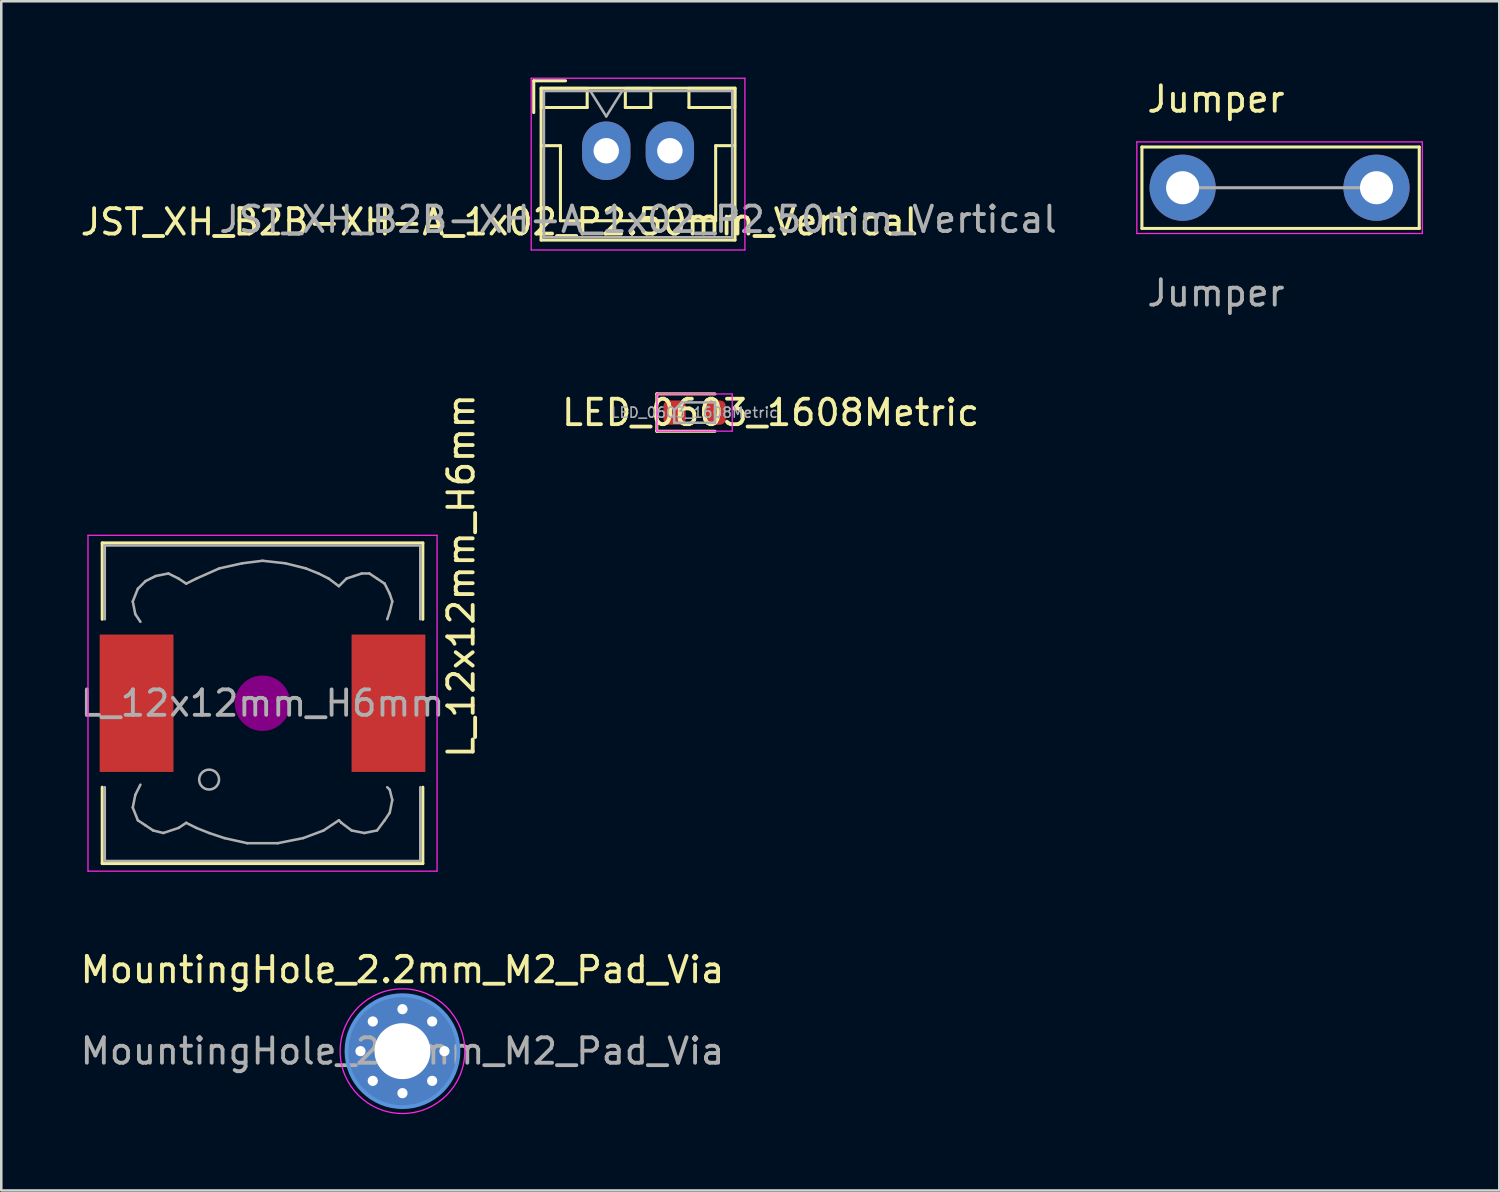
<source format=kicad_pcb>
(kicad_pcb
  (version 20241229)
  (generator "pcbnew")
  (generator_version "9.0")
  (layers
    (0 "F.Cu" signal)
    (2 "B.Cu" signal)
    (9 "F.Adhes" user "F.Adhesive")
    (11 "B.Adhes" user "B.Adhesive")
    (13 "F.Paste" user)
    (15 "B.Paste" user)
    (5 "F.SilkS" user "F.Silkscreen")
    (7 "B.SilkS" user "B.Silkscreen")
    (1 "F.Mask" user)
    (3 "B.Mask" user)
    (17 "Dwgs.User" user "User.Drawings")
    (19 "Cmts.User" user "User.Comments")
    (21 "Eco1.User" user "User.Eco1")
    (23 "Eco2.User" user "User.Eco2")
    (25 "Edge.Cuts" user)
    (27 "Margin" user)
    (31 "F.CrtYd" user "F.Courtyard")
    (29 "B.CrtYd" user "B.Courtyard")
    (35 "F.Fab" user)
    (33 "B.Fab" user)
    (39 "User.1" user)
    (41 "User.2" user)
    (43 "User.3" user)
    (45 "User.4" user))
  (footprint "L_12x12mm_H6mm"
    (layer "F.Cu")
    (at 7.268 24.589)
    (property "Reference" "L_12x12mm_H6mm" (at 7.805 -5.005 270) (layer "F.SilkS") (effects (font (size 1 1) (thickness 0.15))))
    (attr smd)
    (fp_line (start -6.3 -6.3) (end 6.3 -6.3) (stroke (width 0.12) (type solid)) (layer "F.SilkS"))
    (fp_line (start -6.3 -3.3) (end -6.3 -6.3) (stroke (width 0.12) (type solid)) (layer "F.SilkS"))
    (fp_line (start -6.3 6.3) (end -6.3 3.3) (stroke (width 0.12) (type solid)) (layer "F.SilkS"))
    (fp_line (start 6.3 -6.3) (end 6.3 -3.3) (stroke (width 0.12) (type solid)) (layer "F.SilkS"))
    (fp_line (start 6.3 3.3) (end 6.3 6.3) (stroke (width 0.12) (type solid)) (layer "F.SilkS"))
    (fp_line (start 6.3 6.3) (end -6.3 6.3) (stroke (width 0.12) (type solid)) (layer "F.SilkS"))
    (fp_circle (center 0 0) (end 0.15 0.15) (stroke (width 0.38) (type solid)) (fill no) (layer "F.Adhes"))
    (fp_circle (center 0 0) (end 0.55 0) (stroke (width 0.38) (type solid)) (fill no) (layer "F.Adhes"))
    (fp_circle (center 0 0) (end 0.9 0) (stroke (width 0.38) (type solid)) (fill no) (layer "F.Adhes"))
    (fp_line (start -6.86 -6.6) (end 6.86 -6.6) (stroke (width 0.05) (type solid)) (layer "F.CrtYd"))
    (fp_line (start -6.86 6.6) (end -6.86 -6.6) (stroke (width 0.05) (type solid)) (layer "F.CrtYd"))
    (fp_line (start 6.86 -6.6) (end 6.86 6.6) (stroke (width 0.05) (type solid)) (layer "F.CrtYd"))
    (fp_line (start 6.86 6.6) (end -6.86 6.6) (stroke (width 0.05) (type solid)) (layer "F.CrtYd"))
    (fp_line (start -6.2 -6.2) (end -6.2 -3.3) (stroke (width 0.1) (type solid)) (layer "F.Fab"))
    (fp_line (start -6.2 3.3) (end -6.2 6.2) (stroke (width 0.1) (type solid)) (layer "F.Fab"))
    (fp_line (start -6.2 6.2) (end 6.2 6.2) (stroke (width 0.1) (type solid)) (layer "F.Fab"))
    (fp_line (start -5.1 -4) (end -5 -3.5) (stroke (width 0.1) (type solid)) (layer "F.Fab"))
    (fp_line (start -5.1 4.1) (end -5 3.6) (stroke (width 0.1) (type solid)) (layer "F.Fab"))
    (fp_line (start -5 -3.5) (end -4.8 -3.2) (stroke (width 0.1) (type solid)) (layer "F.Fab"))
    (fp_line (start -5 3.6) (end -4.8 3.2) (stroke (width 0.1) (type solid)) (layer "F.Fab"))
    (fp_line (start -4.9 -4.5) (end -5.1 -4) (stroke (width 0.1) (type solid)) (layer "F.Fab"))
    (fp_line (start -4.9 4.6) (end -5.1 4.1) (stroke (width 0.1) (type solid)) (layer "F.Fab"))
    (fp_line (start -4.6 -4.8) (end -4.9 -4.5) (stroke (width 0.1) (type solid)) (layer "F.Fab"))
    (fp_line (start -4.6 4.8) (end -4.9 4.6) (stroke (width 0.1) (type solid)) (layer "F.Fab"))
    (fp_line (start -4.3 5) (end -4.6 4.8) (stroke (width 0.1) (type solid)) (layer "F.Fab"))
    (fp_line (start -4.2 -5) (end -4.6 -4.8) (stroke (width 0.1) (type solid)) (layer "F.Fab"))
    (fp_line (start -3.9 5.1) (end -4.3 5) (stroke (width 0.1) (type solid)) (layer "F.Fab"))
    (fp_line (start -3.7 -5.1) (end -4.2 -5) (stroke (width 0.1) (type solid)) (layer "F.Fab"))
    (fp_line (start -3.3 -4.9) (end -3.7 -5.1) (stroke (width 0.1) (type solid)) (layer "F.Fab"))
    (fp_line (start -3.3 4.9) (end -3.9 5.1) (stroke (width 0.1) (type solid)) (layer "F.Fab"))
    (fp_line (start -3 -4.7) (end -3.3 -4.9) (stroke (width 0.1) (type solid)) (layer "F.Fab"))
    (fp_line (start -3 4.7) (end -3.3 4.9) (stroke (width 0.1) (type solid)) (layer "F.Fab"))
    (fp_line (start -2.6 -4.9) (end -3 -4.7) (stroke (width 0.1) (type solid)) (layer "F.Fab"))
    (fp_line (start -2.6 4.9) (end -3 4.7) (stroke (width 0.1) (type solid)) (layer "F.Fab"))
    (fp_line (start -2.1 5.1) (end -2.6 4.9) (stroke (width 0.1) (type solid)) (layer "F.Fab"))
    (fp_line (start -1.7 -5.3) (end -2.6 -4.9) (stroke (width 0.1) (type solid)) (layer "F.Fab"))
    (fp_line (start -1.5 5.3) (end -2.1 5.1) (stroke (width 0.1) (type solid)) (layer "F.Fab"))
    (fp_line (start -0.8 -5.5) (end -1.7 -5.3) (stroke (width 0.1) (type solid)) (layer "F.Fab"))
    (fp_line (start -0.6 5.5) (end -1.5 5.3) (stroke (width 0.1) (type solid)) (layer "F.Fab"))
    (fp_line (start 0 -5.6) (end -0.8 -5.5) (stroke (width 0.1) (type solid)) (layer "F.Fab"))
    (fp_line (start 0.6 5.5) (end -0.6 5.5) (stroke (width 0.1) (type solid)) (layer "F.Fab"))
    (fp_line (start 0.9 -5.5) (end 0 -5.6) (stroke (width 0.1) (type solid)) (layer "F.Fab"))
    (fp_line (start 1.6 5.3) (end 0.6 5.5) (stroke (width 0.1) (type solid)) (layer "F.Fab"))
    (fp_line (start 1.7 -5.3) (end 0.9 -5.5) (stroke (width 0.1) (type solid)) (layer "F.Fab"))
    (fp_line (start 2.2 -5.1) (end 1.7 -5.3) (stroke (width 0.1) (type solid)) (layer "F.Fab"))
    (fp_line (start 2.4 5) (end 1.6 5.3) (stroke (width 0.1) (type solid)) (layer "F.Fab"))
    (fp_line (start 2.6 -4.9) (end 2.2 -5.1) (stroke (width 0.1) (type solid)) (layer "F.Fab"))
    (fp_line (start 3 -4.6) (end 2.6 -4.9) (stroke (width 0.1) (type solid)) (layer "F.Fab"))
    (fp_line (start 3 4.6) (end 2.4 5) (stroke (width 0.1) (type solid)) (layer "F.Fab"))
    (fp_line (start 3.1 4.7) (end 3 4.6) (stroke (width 0.1) (type solid)) (layer "F.Fab"))
    (fp_line (start 3.3 -4.9) (end 3 -4.6) (stroke (width 0.1) (type solid)) (layer "F.Fab"))
    (fp_line (start 3.5 5) (end 3.1 4.7) (stroke (width 0.1) (type solid)) (layer "F.Fab"))
    (fp_line (start 3.6 -5) (end 3.3 -4.9) (stroke (width 0.1) (type solid)) (layer "F.Fab"))
    (fp_line (start 3.9 -5.1) (end 3.6 -5) (stroke (width 0.1) (type solid)) (layer "F.Fab"))
    (fp_line (start 4 5.1) (end 3.5 5) (stroke (width 0.1) (type solid)) (layer "F.Fab"))
    (fp_line (start 4.2 -5.1) (end 3.9 -5.1) (stroke (width 0.1) (type solid)) (layer "F.Fab"))
    (fp_line (start 4.5 -4.9) (end 4.2 -5.1) (stroke (width 0.1) (type solid)) (layer "F.Fab"))
    (fp_line (start 4.5 5) (end 4 5.1) (stroke (width 0.1) (type solid)) (layer "F.Fab"))
    (fp_line (start 4.8 -4.7) (end 4.5 -4.9) (stroke (width 0.1) (type solid)) (layer "F.Fab"))
    (fp_line (start 4.8 4.6) (end 4.5 5) (stroke (width 0.1) (type solid)) (layer "F.Fab"))
    (fp_line (start 4.9 -3.3) (end 5 -3.6) (stroke (width 0.1) (type solid)) (layer "F.Fab"))
    (fp_line (start 4.9 3.3) (end 5 3.4) (stroke (width 0.1) (type solid)) (layer "F.Fab"))
    (fp_line (start 5 -4.3) (end 4.8 -4.7) (stroke (width 0.1) (type solid)) (layer "F.Fab"))
    (fp_line (start 5 -3.6) (end 5.1 -4) (stroke (width 0.1) (type solid)) (layer "F.Fab"))
    (fp_line (start 5 3.4) (end 5.1 3.8) (stroke (width 0.1) (type solid)) (layer "F.Fab"))
    (fp_line (start 5 4.3) (end 4.8 4.6) (stroke (width 0.1) (type solid)) (layer "F.Fab"))
    (fp_line (start 5.1 -4) (end 5 -4.3) (stroke (width 0.1) (type solid)) (layer "F.Fab"))
    (fp_line (start 5.1 3.8) (end 5 4.3) (stroke (width 0.1) (type solid)) (layer "F.Fab"))
    (fp_line (start 6.2 -6.2) (end -6.2 -6.2) (stroke (width 0.1) (type solid)) (layer "F.Fab"))
    (fp_line (start 6.2 -6.2) (end 6.2 -3.3) (stroke (width 0.1) (type solid)) (layer "F.Fab"))
    (fp_line (start 6.2 6.2) (end 6.2 3.3) (stroke (width 0.1) (type solid)) (layer "F.Fab"))
    (fp_circle (center -2.1 3) (end -1.8 3.25) (stroke (width 0.1) (type solid)) (fill no) (layer "F.Fab"))
    (fp_text user "${REFERENCE}" (at 0 0 180) (layer "F.Fab") (effects (font (size 1 1) (thickness 0.15))))
    (pad "1" smd rect (at -4.95 0) (size 2.9 5.4) (layers "F.Cu" "F.Mask" "F.Paste"))
    (pad "2" smd rect (at 4.95 0) (size 2.9 5.4) (layers "F.Cu" "F.Mask" "F.Paste")))
  (footprint "MountingHole_2.2mm_M2_Pad_Via"
    (layer "F.Cu")
    (at 12.768 38.263)
    (property "Reference" "MountingHole_2.2mm_M2_Pad_Via" (at 0 -3.2 0) (layer "F.SilkS") (effects (font (size 1 1) (thickness 0.15))))
    (attr exclude_from_pos_files exclude_from_bom)
    (fp_circle (center 0 0) (end 2.2 0) (stroke (width 0.15) (type solid)) (fill no) (layer "Cmts.User"))
    (fp_circle (center 0 0) (end 2.45 0) (stroke (width 0.05) (type solid)) (fill no) (layer "F.CrtYd"))
    (fp_text user "${REFERENCE}" (at 0 0 0) (layer "F.Fab") (effects (font (size 1 1) (thickness 0.15))))
    (pad "1" thru_hole circle (at -1.65 0) (size 0.7 0.7) (drill 0.4) (layers "*.Cu" "*.Mask"))
    (pad "1" thru_hole circle (at -1.167 -1.167) (size 0.7 0.7) (drill 0.4) (layers "*.Cu" "*.Mask"))
    (pad "1" thru_hole circle (at -1.167 1.167) (size 0.7 0.7) (drill 0.4) (layers "*.Cu" "*.Mask"))
    (pad "1" thru_hole circle (at 0 -1.65) (size 0.7 0.7) (drill 0.4) (layers "*.Cu" "*.Mask"))
    (pad "1" thru_hole circle (at 0 0) (size 4.4 4.4) (drill 2.2) (layers "*.Cu" "*.Mask"))
    (pad "1" thru_hole circle (at 0 1.65) (size 0.7 0.7) (drill 0.4) (layers "*.Cu" "*.Mask"))
    (pad "1" thru_hole circle (at 1.167 -1.167) (size 0.7 0.7) (drill 0.4) (layers "*.Cu" "*.Mask"))
    (pad "1" thru_hole circle (at 1.167 1.167) (size 0.7 0.7) (drill 0.4) (layers "*.Cu" "*.Mask"))
    (pad "1" thru_hole circle (at 1.65 0) (size 0.7 0.7) (drill 0.4) (layers "*.Cu" "*.Mask")))
  (footprint "LED_0603_1608Metric"
    (layer "F.Cu")
    (at 24.249 13.165)
    (property "Reference" "LED_0603_1608Metric" (at 2.987 0 0) (layer "F.SilkS") (effects (font (size 1 1) (thickness 0.15))))
    (attr smd)
    (fp_line (start -1.485 -0.735) (end -1.485 0.735) (stroke (width 0.12) (type solid)) (layer "F.SilkS"))
    (fp_line (start -1.485 0.735) (end 0.8 0.735) (stroke (width 0.12) (type solid)) (layer "F.SilkS"))
    (fp_line (start 0.8 -0.735) (end -1.485 -0.735) (stroke (width 0.12) (type solid)) (layer "F.SilkS"))
    (fp_line (start -1.48 -0.73) (end 1.48 -0.73) (stroke (width 0.05) (type solid)) (layer "F.CrtYd"))
    (fp_line (start -1.48 0.73) (end -1.48 -0.73) (stroke (width 0.05) (type solid)) (layer "F.CrtYd"))
    (fp_line (start 1.48 -0.73) (end 1.48 0.73) (stroke (width 0.05) (type solid)) (layer "F.CrtYd"))
    (fp_line (start 1.48 0.73) (end -1.48 0.73) (stroke (width 0.05) (type solid)) (layer "F.CrtYd"))
    (fp_line (start -0.8 -0.1) (end -0.8 0.4) (stroke (width 0.1) (type solid)) (layer "F.Fab"))
    (fp_line (start -0.8 0.4) (end 0.8 0.4) (stroke (width 0.1) (type solid)) (layer "F.Fab"))
    (fp_line (start -0.5 -0.4) (end -0.8 -0.1) (stroke (width 0.1) (type solid)) (layer "F.Fab"))
    (fp_line (start 0.8 -0.4) (end -0.5 -0.4) (stroke (width 0.1) (type solid)) (layer "F.Fab"))
    (fp_line (start 0.8 0.4) (end 0.8 -0.4) (stroke (width 0.1) (type solid)) (layer "F.Fab"))
    (fp_text user "${REFERENCE}" (at 0 0 0) (layer "F.Fab") (effects (font (size 0.4 0.4) (thickness 0.06))))
    (pad "1" smd roundrect (at -0.787 0) (size 0.875 0.95) (layers "F.Cu" "F.Mask" "F.Paste") (roundrect_rratio 0.25))
    (pad "2" smd roundrect (at 0.787 0) (size 0.875 0.95) (layers "F.Cu" "F.Mask" "F.Paste") (roundrect_rratio 0.25)))
  (footprint "JST_XH_B2B-XH-A_1x02_P2.50mm_Vertical"
    (layer "F.Cu")
    (at 20.777 2.875)
    (property "Reference" "JST_XH_B2B-XH-A_1x02_P2.50mm_Vertical" (at -4.2 2.8 0) (layer "F.SilkS") (effects (font (size 1 1) (thickness 0.15))))
    (attr through_hole)
    (fp_line (start -2.85 -2.75) (end -2.85 -1.5) (stroke (width 0.12) (type solid)) (layer "F.SilkS"))
    (fp_line (start -2.56 -2.46) (end -2.56 3.51) (stroke (width 0.12) (type solid)) (layer "F.SilkS"))
    (fp_line (start -2.56 3.51) (end 5.06 3.51) (stroke (width 0.12) (type solid)) (layer "F.SilkS"))
    (fp_line (start -2.55 -2.45) (end -2.55 -1.7) (stroke (width 0.12) (type solid)) (layer "F.SilkS"))
    (fp_line (start -2.55 -1.7) (end -0.75 -1.7) (stroke (width 0.12) (type solid)) (layer "F.SilkS"))
    (fp_line (start -2.55 -0.2) (end -1.8 -0.2) (stroke (width 0.12) (type solid)) (layer "F.SilkS"))
    (fp_line (start -1.8 -0.2) (end -1.8 2.75) (stroke (width 0.12) (type solid)) (layer "F.SilkS"))
    (fp_line (start -1.8 2.75) (end 1.25 2.75) (stroke (width 0.12) (type solid)) (layer "F.SilkS"))
    (fp_line (start -1.6 -2.75) (end -2.85 -2.75) (stroke (width 0.12) (type solid)) (layer "F.SilkS"))
    (fp_line (start -0.75 -2.45) (end -2.55 -2.45) (stroke (width 0.12) (type solid)) (layer "F.SilkS"))
    (fp_line (start -0.75 -1.7) (end -0.75 -2.45) (stroke (width 0.12) (type solid)) (layer "F.SilkS"))
    (fp_line (start 0.75 -2.45) (end 0.75 -1.7) (stroke (width 0.12) (type solid)) (layer "F.SilkS"))
    (fp_line (start 0.75 -1.7) (end 1.75 -1.7) (stroke (width 0.12) (type solid)) (layer "F.SilkS"))
    (fp_line (start 1.75 -2.45) (end 0.75 -2.45) (stroke (width 0.12) (type solid)) (layer "F.SilkS"))
    (fp_line (start 1.75 -1.7) (end 1.75 -2.45) (stroke (width 0.12) (type solid)) (layer "F.SilkS"))
    (fp_line (start 3.25 -2.45) (end 3.25 -1.7) (stroke (width 0.12) (type solid)) (layer "F.SilkS"))
    (fp_line (start 3.25 -1.7) (end 5.05 -1.7) (stroke (width 0.12) (type solid)) (layer "F.SilkS"))
    (fp_line (start 4.3 -0.2) (end 4.3 2.75) (stroke (width 0.12) (type solid)) (layer "F.SilkS"))
    (fp_line (start 4.3 2.75) (end 1.25 2.75) (stroke (width 0.12) (type solid)) (layer "F.SilkS"))
    (fp_line (start 5.05 -2.45) (end 3.25 -2.45) (stroke (width 0.12) (type solid)) (layer "F.SilkS"))
    (fp_line (start 5.05 -1.7) (end 5.05 -2.45) (stroke (width 0.12) (type solid)) (layer "F.SilkS"))
    (fp_line (start 5.05 -0.2) (end 4.3 -0.2) (stroke (width 0.12) (type solid)) (layer "F.SilkS"))
    (fp_line (start 5.06 -2.46) (end -2.56 -2.46) (stroke (width 0.12) (type solid)) (layer "F.SilkS"))
    (fp_line (start 5.06 3.51) (end 5.06 -2.46) (stroke (width 0.12) (type solid)) (layer "F.SilkS"))
    (fp_line (start -2.95 -2.85) (end -2.95 3.9) (stroke (width 0.05) (type solid)) (layer "F.CrtYd"))
    (fp_line (start -2.95 3.9) (end 5.45 3.9) (stroke (width 0.05) (type solid)) (layer "F.CrtYd"))
    (fp_line (start 5.45 -2.85) (end -2.95 -2.85) (stroke (width 0.05) (type solid)) (layer "F.CrtYd"))
    (fp_line (start 5.45 3.9) (end 5.45 -2.85) (stroke (width 0.05) (type solid)) (layer "F.CrtYd"))
    (fp_line (start -2.45 -2.35) (end -2.45 3.4) (stroke (width 0.1) (type solid)) (layer "F.Fab"))
    (fp_line (start -2.45 3.4) (end 4.95 3.4) (stroke (width 0.1) (type solid)) (layer "F.Fab"))
    (fp_line (start -0.625 -2.35) (end 0 -1.35) (stroke (width 0.1) (type solid)) (layer "F.Fab"))
    (fp_line (start 0 -1.35) (end 0.625 -2.35) (stroke (width 0.1) (type solid)) (layer "F.Fab"))
    (fp_line (start 4.95 -2.35) (end -2.45 -2.35) (stroke (width 0.1) (type solid)) (layer "F.Fab"))
    (fp_line (start 4.95 3.4) (end 4.95 -2.35) (stroke (width 0.1) (type solid)) (layer "F.Fab"))
    (fp_text user "${REFERENCE}" (at 1.25 2.7 0) (layer "F.Fab") (effects (font (size 1 1) (thickness 0.15))))
    (pad "1" thru_hole oval (at 0 0) (size 1.9 2.3) (drill 1) (layers "*.Cu" "*.Mask"))
    (pad "2" thru_hole oval (at 2.5 0) (size 1.9 2.3) (drill 1) (layers "*.Cu" "*.Mask")))
  (footprint "Jumper"
    (layer "F.Cu")
    (at 47.28 3.388)
    (property "Reference" "Jumper" (at -2.54 -2.54 0) (unlocked yes) (layer "F.SilkS") (effects (font (size 1 1) (thickness 0.15))))
    (attr through_hole)
    (fp_line (start -5.45 -0.66) (end 5.45 -0.66) (stroke (width 0.12) (type solid)) (layer "F.SilkS"))
    (fp_line (start -5.45 2.54) (end -5.45 -0.66) (stroke (width 0.12) (type solid)) (layer "F.SilkS"))
    (fp_line (start 5.45 -0.66) (end 5.45 2.54) (stroke (width 0.12) (type solid)) (layer "F.SilkS"))
    (fp_line (start 5.45 2.54) (end -5.45 2.54) (stroke (width 0.12) (type solid)) (layer "F.SilkS"))
    (fp_line (start -5.65 -0.86) (end -5.65 2.74) (stroke (width 0.05) (type solid)) (layer "F.CrtYd"))
    (fp_line (start -5.65 -0.86) (end 5.57 -0.86) (stroke (width 0.05) (type solid)) (layer "F.CrtYd"))
    (fp_line (start 5.57 2.74) (end -5.65 2.74) (stroke (width 0.05) (type solid)) (layer "F.CrtYd"))
    (fp_line (start 5.57 2.74) (end 5.57 -0.86) (stroke (width 0.05) (type solid)) (layer "F.CrtYd"))
    (fp_line (start 3.77 0.94) (end -3.85 0.94) (stroke (width 0.12) (type solid)) (layer "F.Fab"))
    (fp_text user "${REFERENCE}" (at -2.54 5.08 0) (unlocked yes) (layer "F.Fab") (effects (font (size 1 1) (thickness 0.15))))
    (pad "1" thru_hole circle (at -3.85 0.94) (size 2.6 2.6) (drill 1.3) (layers "*.Cu" "*.Mask"))
    (pad "2" thru_hole circle (at 3.77 0.94) (size 2.6 2.6) (drill 1.3) (layers "*.Cu" "*.Mask")))
  (gr_rect
    (start -3 -3)
    (end 55.875 43.738)
    (stroke (width 0.1) (type default))
    (fill no)
    (layer "Edge.Cuts")))
</source>
